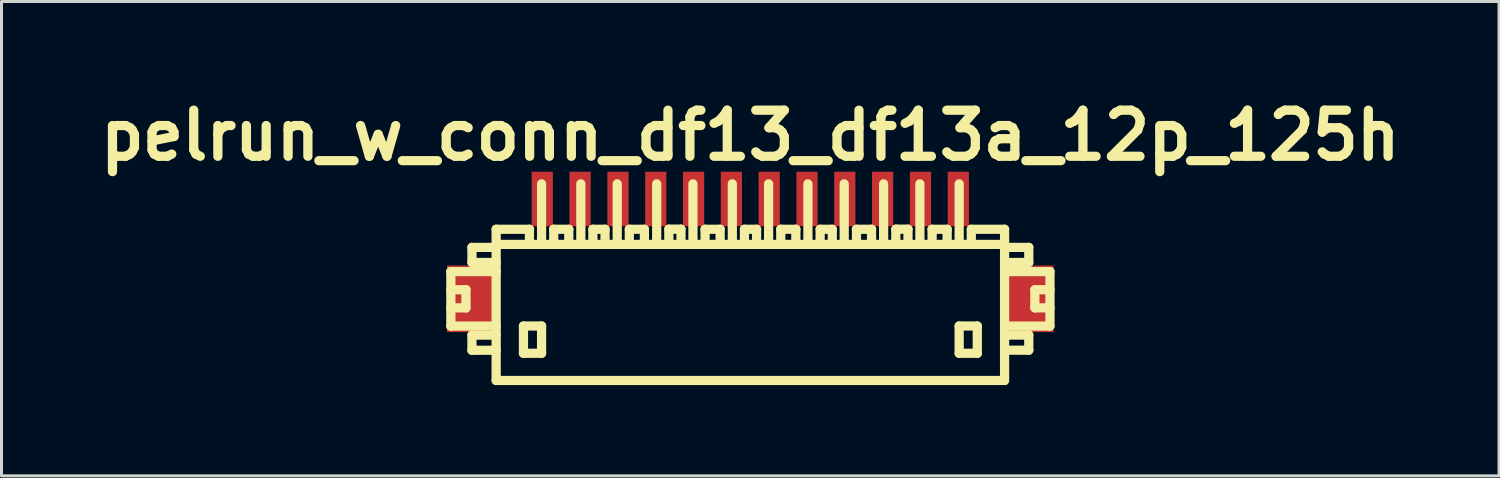
<source format=kicad_pcb>
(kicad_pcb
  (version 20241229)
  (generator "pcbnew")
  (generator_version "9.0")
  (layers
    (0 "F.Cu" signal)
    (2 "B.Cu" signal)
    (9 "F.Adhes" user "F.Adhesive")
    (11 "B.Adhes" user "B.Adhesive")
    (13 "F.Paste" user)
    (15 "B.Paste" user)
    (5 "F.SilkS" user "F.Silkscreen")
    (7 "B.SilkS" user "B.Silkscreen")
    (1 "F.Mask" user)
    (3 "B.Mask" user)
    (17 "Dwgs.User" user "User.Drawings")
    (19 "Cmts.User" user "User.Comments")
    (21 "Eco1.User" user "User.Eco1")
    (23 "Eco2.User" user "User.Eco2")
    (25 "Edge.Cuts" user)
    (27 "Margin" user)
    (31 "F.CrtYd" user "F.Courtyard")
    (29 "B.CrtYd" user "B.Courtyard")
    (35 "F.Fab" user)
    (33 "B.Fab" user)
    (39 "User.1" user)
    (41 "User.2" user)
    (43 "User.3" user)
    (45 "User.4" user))
  (footprint "pelrun_w_conn_df13_df13a_12p_125h"
    (layer "F.Cu")
    (at 21.75 7.027)
    (property "Reference" "pelrun_w_conn_df13_df13a_12p_125h" (at 0 -5.601 0) (layer "F.SilkS") (effects (font (size 1.524 1.524) (thickness 0.305))))
    (attr through_hole)
    (fp_line (start -9.898 -1.1) (end -9.898 0.701) (stroke (width 0.305) (type solid)) (layer "F.SilkS"))
    (fp_line (start -9.898 0.701) (end -8.4 0.701) (stroke (width 0.305) (type solid)) (layer "F.SilkS"))
    (fp_line (start -9.398 -0.5) (end -9.898 -0.5) (stroke (width 0.305) (type solid)) (layer "F.SilkS"))
    (fp_line (start -9.398 0.099) (end -9.898 0.099) (stroke (width 0.305) (type solid)) (layer "F.SilkS"))
    (fp_line (start -9.398 0.099) (end -9.398 -0.5) (stroke (width 0.305) (type solid)) (layer "F.SilkS"))
    (fp_line (start -9.2 -1.9) (end -9.2 -1.4) (stroke (width 0.305) (type solid)) (layer "F.SilkS"))
    (fp_line (start -9.2 -1.9) (end -8.4 -1.9) (stroke (width 0.305) (type solid)) (layer "F.SilkS"))
    (fp_line (start -9.2 1.001) (end -9.2 1.501) (stroke (width 0.305) (type solid)) (layer "F.SilkS"))
    (fp_line (start -9.2 1.501) (end -8.4 1.501) (stroke (width 0.305) (type solid)) (layer "F.SilkS"))
    (fp_line (start -8.4 -1.4) (end -9.2 -1.4) (stroke (width 0.305) (type solid)) (layer "F.SilkS"))
    (fp_line (start -8.4 -1.1) (end -9.898 -1.1) (stroke (width 0.305) (type solid)) (layer "F.SilkS"))
    (fp_line (start -8.4 1.001) (end -9.2 1.001) (stroke (width 0.305) (type solid)) (layer "F.SilkS"))
    (fp_line (start -8.4 2.499) (end -8.4 -2.499) (stroke (width 0.305) (type solid)) (layer "F.SilkS"))
    (fp_line (start -7.498 0.699) (end -7.498 1.6) (stroke (width 0.305) (type solid)) (layer "F.SilkS"))
    (fp_line (start -7.498 1.6) (end -6.899 1.6) (stroke (width 0.305) (type solid)) (layer "F.SilkS"))
    (fp_line (start -7.3 -2.499) (end -8.4 -2.499) (stroke (width 0.305) (type solid)) (layer "F.SilkS"))
    (fp_line (start -7.3 -2.499) (end -7.3 -1.999) (stroke (width 0.305) (type solid)) (layer "F.SilkS"))
    (fp_line (start -6.899 -4) (end -6.899 -1.999) (stroke (width 0.305) (type solid)) (layer "F.SilkS"))
    (fp_line (start -6.899 0.699) (end -7.498 0.699) (stroke (width 0.305) (type solid)) (layer "F.SilkS"))
    (fp_line (start -6.899 1.6) (end -6.899 0.699) (stroke (width 0.305) (type solid)) (layer "F.SilkS"))
    (fp_line (start -6.5 -2.499) (end -5.999 -2.499) (stroke (width 0.305) (type solid)) (layer "F.SilkS"))
    (fp_line (start -6.497 -1.999) (end -6.497 -2.499) (stroke (width 0.305) (type solid)) (layer "F.SilkS"))
    (fp_line (start -5.999 -2.499) (end -5.999 -1.999) (stroke (width 0.305) (type solid)) (layer "F.SilkS"))
    (fp_line (start -5.601 -1.999) (end -5.601 -4) (stroke (width 0.305) (type solid)) (layer "F.SilkS"))
    (fp_line (start -5.202 -2.499) (end -5.202 -1.999) (stroke (width 0.305) (type solid)) (layer "F.SilkS"))
    (fp_line (start -4.801 -2.499) (end -5.202 -2.499) (stroke (width 0.305) (type solid)) (layer "F.SilkS"))
    (fp_line (start -4.801 -2.499) (end -4.801 -1.999) (stroke (width 0.305) (type solid)) (layer "F.SilkS"))
    (fp_line (start -4.399 -1.999) (end -4.399 -4) (stroke (width 0.305) (type solid)) (layer "F.SilkS"))
    (fp_line (start -4 -2.499) (end -3.5 -2.499) (stroke (width 0.305) (type solid)) (layer "F.SilkS"))
    (fp_line (start -3.998 -1.999) (end -3.998 -2.499) (stroke (width 0.305) (type solid)) (layer "F.SilkS"))
    (fp_line (start -3.5 -2.499) (end -3.5 -1.999) (stroke (width 0.305) (type solid)) (layer "F.SilkS"))
    (fp_line (start -3.094 -1.999) (end -3.094 -4) (stroke (width 0.305) (type solid)) (layer "F.SilkS"))
    (fp_line (start -2.692 -2.502) (end -2.692 -2.002) (stroke (width 0.305) (type solid)) (layer "F.SilkS"))
    (fp_line (start -2.291 -2.502) (end -2.692 -2.502) (stroke (width 0.305) (type solid)) (layer "F.SilkS"))
    (fp_line (start -2.291 -2.502) (end -2.291 -2.002) (stroke (width 0.305) (type solid)) (layer "F.SilkS"))
    (fp_line (start -1.895 -1.999) (end -1.895 -4) (stroke (width 0.305) (type solid)) (layer "F.SilkS"))
    (fp_line (start -1.496 -2.499) (end -0.996 -2.499) (stroke (width 0.305) (type solid)) (layer "F.SilkS"))
    (fp_line (start -1.494 -1.999) (end -1.494 -2.499) (stroke (width 0.305) (type solid)) (layer "F.SilkS"))
    (fp_line (start -0.996 -2.499) (end -0.996 -1.999) (stroke (width 0.305) (type solid)) (layer "F.SilkS"))
    (fp_line (start -0.594 -1.999) (end -0.594 -4) (stroke (width 0.305) (type solid)) (layer "F.SilkS"))
    (fp_line (start -0.193 -2.499) (end -0.193 -1.999) (stroke (width 0.305) (type solid)) (layer "F.SilkS"))
    (fp_line (start 0.208 -2.499) (end -0.193 -2.499) (stroke (width 0.305) (type solid)) (layer "F.SilkS"))
    (fp_line (start 0.208 -2.499) (end 0.208 -1.999) (stroke (width 0.305) (type solid)) (layer "F.SilkS"))
    (fp_line (start 0.605 -1.999) (end 0.605 -4) (stroke (width 0.305) (type solid)) (layer "F.SilkS"))
    (fp_line (start 1.006 -2.499) (end 1.506 -2.499) (stroke (width 0.305) (type solid)) (layer "F.SilkS"))
    (fp_line (start 1.008 -1.999) (end 1.008 -2.499) (stroke (width 0.305) (type solid)) (layer "F.SilkS"))
    (fp_line (start 1.506 -2.499) (end 1.506 -1.999) (stroke (width 0.305) (type solid)) (layer "F.SilkS"))
    (fp_line (start 1.905 -1.999) (end 1.905 -4) (stroke (width 0.305) (type solid)) (layer "F.SilkS"))
    (fp_line (start 2.309 -2.499) (end 2.309 -1.999) (stroke (width 0.305) (type solid)) (layer "F.SilkS"))
    (fp_line (start 2.71 -2.499) (end 2.309 -2.499) (stroke (width 0.305) (type solid)) (layer "F.SilkS"))
    (fp_line (start 2.71 -2.499) (end 2.71 -1.999) (stroke (width 0.305) (type solid)) (layer "F.SilkS"))
    (fp_line (start 3.104 -1.999) (end 3.104 -4) (stroke (width 0.305) (type solid)) (layer "F.SilkS"))
    (fp_line (start 3.508 -2.499) (end 4.008 -2.499) (stroke (width 0.305) (type solid)) (layer "F.SilkS"))
    (fp_line (start 3.51 -1.999) (end 3.51 -2.499) (stroke (width 0.305) (type solid)) (layer "F.SilkS"))
    (fp_line (start 4.008 -2.499) (end 4.008 -1.999) (stroke (width 0.305) (type solid)) (layer "F.SilkS"))
    (fp_line (start 4.407 -1.999) (end 4.407 -4) (stroke (width 0.305) (type solid)) (layer "F.SilkS"))
    (fp_line (start 4.811 -2.502) (end 4.811 -2.002) (stroke (width 0.305) (type solid)) (layer "F.SilkS"))
    (fp_line (start 5.212 -2.502) (end 4.811 -2.502) (stroke (width 0.305) (type solid)) (layer "F.SilkS"))
    (fp_line (start 5.212 -2.502) (end 5.212 -2.002) (stroke (width 0.305) (type solid)) (layer "F.SilkS"))
    (fp_line (start 5.606 -1.999) (end 5.606 -4) (stroke (width 0.305) (type solid)) (layer "F.SilkS"))
    (fp_line (start 6.007 -2.499) (end 6.507 -2.499) (stroke (width 0.305) (type solid)) (layer "F.SilkS"))
    (fp_line (start 6.01 -1.999) (end 6.01 -2.499) (stroke (width 0.305) (type solid)) (layer "F.SilkS"))
    (fp_line (start 6.507 -2.499) (end 6.507 -1.999) (stroke (width 0.305) (type solid)) (layer "F.SilkS"))
    (fp_line (start 6.904 -1.999) (end 6.904 -4) (stroke (width 0.305) (type solid)) (layer "F.SilkS"))
    (fp_line (start 6.904 0.699) (end 7.503 0.699) (stroke (width 0.305) (type solid)) (layer "F.SilkS"))
    (fp_line (start 6.904 1.6) (end 6.904 0.699) (stroke (width 0.305) (type solid)) (layer "F.SilkS"))
    (fp_line (start 7.305 -2.499) (end 7.305 -1.999) (stroke (width 0.305) (type solid)) (layer "F.SilkS"))
    (fp_line (start 7.503 0.699) (end 7.503 1.6) (stroke (width 0.305) (type solid)) (layer "F.SilkS"))
    (fp_line (start 7.503 1.6) (end 6.904 1.6) (stroke (width 0.305) (type solid)) (layer "F.SilkS"))
    (fp_line (start 8.4 -1.999) (end -8.4 -1.999) (stroke (width 0.305) (type solid)) (layer "F.SilkS"))
    (fp_line (start 8.4 2.499) (end -8.4 2.499) (stroke (width 0.305) (type solid)) (layer "F.SilkS"))
    (fp_line (start 8.405 -2.499) (end 7.305 -2.499) (stroke (width 0.305) (type solid)) (layer "F.SilkS"))
    (fp_line (start 8.405 -2.499) (end 8.405 2.499) (stroke (width 0.305) (type solid)) (layer "F.SilkS"))
    (fp_line (start 8.405 -1.9) (end 9.205 -1.9) (stroke (width 0.305) (type solid)) (layer "F.SilkS"))
    (fp_line (start 8.405 0.998) (end 9.205 0.998) (stroke (width 0.305) (type solid)) (layer "F.SilkS"))
    (fp_line (start 9.205 -1.9) (end 9.205 -1.4) (stroke (width 0.305) (type solid)) (layer "F.SilkS"))
    (fp_line (start 9.205 -1.4) (end 8.405 -1.4) (stroke (width 0.305) (type solid)) (layer "F.SilkS"))
    (fp_line (start 9.205 0.998) (end 9.205 1.499) (stroke (width 0.305) (type solid)) (layer "F.SilkS"))
    (fp_line (start 9.205 1.499) (end 8.405 1.499) (stroke (width 0.305) (type solid)) (layer "F.SilkS"))
    (fp_line (start 9.406 0.099) (end 9.406 -0.5) (stroke (width 0.305) (type solid)) (layer "F.SilkS"))
    (fp_line (start 9.903 -1.1) (end 8.405 -1.1) (stroke (width 0.305) (type solid)) (layer "F.SilkS"))
    (fp_line (start 9.903 0.701) (end 8.504 0.701) (stroke (width 0.305) (type solid)) (layer "F.SilkS"))
    (fp_line (start 9.906 -1.1) (end 9.906 0.701) (stroke (width 0.305) (type solid)) (layer "F.SilkS"))
    (fp_line (start 9.906 -0.5) (end 9.406 -0.5) (stroke (width 0.305) (type solid)) (layer "F.SilkS"))
    (fp_line (start 9.906 0.099) (end 9.406 0.099) (stroke (width 0.305) (type solid)) (layer "F.SilkS"))
    (pad "" smd rect (at -9.225 -0.201) (size 1.6 2.2) (layers "F.Cu" "F.Mask" "F.Paste"))
    (pad "" smd rect (at 9.225 -0.201) (size 1.6 2.2) (layers "F.Cu" "F.Mask" "F.Paste"))
    (pad "1" smd rect (at 6.876 -3.5) (size 0.701 1.801) (layers "F.Cu" "F.Mask" "F.Paste"))
    (pad "2" smd rect (at 5.626 -3.5) (size 0.701 1.801) (layers "F.Cu" "F.Mask" "F.Paste"))
    (pad "3" smd rect (at 4.374 -3.5) (size 0.701 1.801) (layers "F.Cu" "F.Mask" "F.Paste"))
    (pad "4" smd rect (at 3.124 -3.5) (size 0.701 1.801) (layers "F.Cu" "F.Mask" "F.Paste"))
    (pad "5" smd rect (at 1.875 -3.5) (size 0.701 1.801) (layers "F.Cu" "F.Mask" "F.Paste"))
    (pad "6" smd rect (at 0.625 -3.5) (size 0.701 1.801) (layers "F.Cu" "F.Mask" "F.Paste"))
    (pad "7" smd rect (at -0.625 -3.5) (size 0.701 1.801) (layers "F.Cu" "F.Mask" "F.Paste"))
    (pad "8" smd rect (at -1.875 -3.5) (size 0.701 1.801) (layers "F.Cu" "F.Mask" "F.Paste"))
    (pad "9" smd rect (at -3.124 -3.5) (size 0.701 1.801) (layers "F.Cu" "F.Mask" "F.Paste"))
    (pad "10" smd rect (at -4.374 -3.5) (size 0.701 1.801) (layers "F.Cu" "F.Mask" "F.Paste"))
    (pad "11" smd rect (at -5.626 -3.5) (size 0.701 1.801) (layers "F.Cu" "F.Mask" "F.Paste"))
    (pad "12" smd rect (at -6.876 -3.5) (size 0.701 1.801) (layers "F.Cu" "F.Mask" "F.Paste")))
  (gr_rect
    (start -3 -3)
    (end 46.499 12.679)
    (stroke (width 0.1) (type default))
    (fill no)
    (layer "Edge.Cuts")))
</source>
